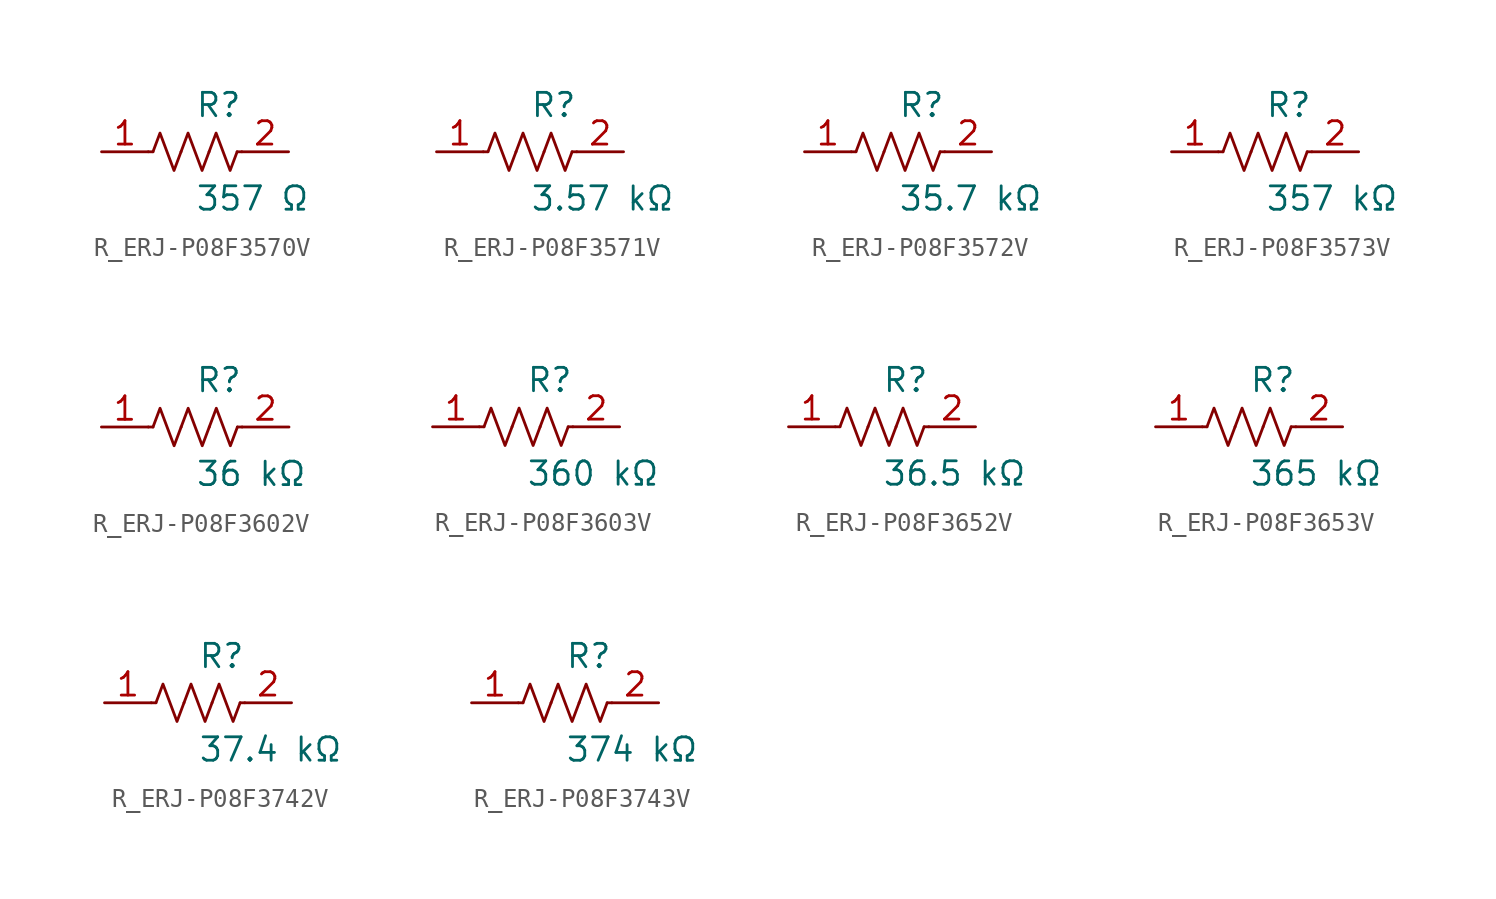
<source format=kicad_sym>
(kicad_symbol_lib
  (version 20231120)
  (generator kicad_symbol_editor)
  (generator_version 8.0)
  (symbol "R_ERJ-P08F3570V"
    (pin_names
      (offset 0.254))
    (property "Reference" "R"
      (at 0.0 2.54 0)
      (effects (font (size 1.27 1.27)) (justify left)))
    (property "Value" "357 Ω"
      (at 0.0 -2.54 0)
      (effects (font (size 1.27 1.27)) (justify left)))
    (symbol "R_ERJ-P08F3570V_0_1"
      (polyline (pts (xy 2.286 0) (xy 2.54 0)) (stroke (width 0) (type default)) (fill (type none)))
      (polyline (pts (xy -2.286 0) (xy -2.54 0)) (stroke (width 0) (type default)) (fill (type none)))
      (polyline (pts (xy 0.762 0) (xy 1.143 1.016) (xy 1.524 0) (xy 1.905 -1.016) (xy 2.286 0)) (stroke (width 0) (type default)) (fill (type none)))
      (polyline (pts (xy -0.762 0) (xy -0.381 1.016) (xy 0 0) (xy 0.381 -1.016) (xy 0.762 0)) (stroke (width 0) (type default)) (fill (type none)))
      (polyline (pts (xy -2.286 0) (xy -1.905 1.016) (xy -1.524 0) (xy -1.143 -1.016) (xy -0.762 0)) (stroke (width 0) (type default)) (fill (type none))))
    (pin unspecified line
      (at -5.08 0 0)
      (length 2.54)
      (name "" (effects (font (size 1.27 1.27))))
      (number "1" (effects (font (size 1.27 1.27)))))
    (pin unspecified line
      (at 5.08 0 180)
      (length 2.54)
      (name "" (effects (font (size 1.27 1.27))))
      (number "2" (effects (font (size 1.27 1.27))))))
  (symbol "R_ERJ-P08F3571V"
    (pin_names
      (offset 0.254))
    (property "Reference" "R"
      (at 0.0 2.54 0)
      (effects (font (size 1.27 1.27)) (justify left)))
    (property "Value" "3.57 kΩ"
      (at 0.0 -2.54 0)
      (effects (font (size 1.27 1.27)) (justify left)))
    (symbol "R_ERJ-P08F3571V_0_1"
      (polyline (pts (xy 2.286 0) (xy 2.54 0)) (stroke (width 0) (type default)) (fill (type none)))
      (polyline (pts (xy -2.286 0) (xy -2.54 0)) (stroke (width 0) (type default)) (fill (type none)))
      (polyline (pts (xy 0.762 0) (xy 1.143 1.016) (xy 1.524 0) (xy 1.905 -1.016) (xy 2.286 0)) (stroke (width 0) (type default)) (fill (type none)))
      (polyline (pts (xy -0.762 0) (xy -0.381 1.016) (xy 0 0) (xy 0.381 -1.016) (xy 0.762 0)) (stroke (width 0) (type default)) (fill (type none)))
      (polyline (pts (xy -2.286 0) (xy -1.905 1.016) (xy -1.524 0) (xy -1.143 -1.016) (xy -0.762 0)) (stroke (width 0) (type default)) (fill (type none))))
    (pin unspecified line
      (at -5.08 0 0)
      (length 2.54)
      (name "" (effects (font (size 1.27 1.27))))
      (number "1" (effects (font (size 1.27 1.27)))))
    (pin unspecified line
      (at 5.08 0 180)
      (length 2.54)
      (name "" (effects (font (size 1.27 1.27))))
      (number "2" (effects (font (size 1.27 1.27))))))
  (symbol "R_ERJ-P08F3572V"
    (pin_names
      (offset 0.254))
    (property "Reference" "R"
      (at 0.0 2.54 0)
      (effects (font (size 1.27 1.27)) (justify left)))
    (property "Value" "35.7 kΩ"
      (at 0.0 -2.54 0)
      (effects (font (size 1.27 1.27)) (justify left)))
    (symbol "R_ERJ-P08F3572V_0_1"
      (polyline (pts (xy 2.286 0) (xy 2.54 0)) (stroke (width 0) (type default)) (fill (type none)))
      (polyline (pts (xy -2.286 0) (xy -2.54 0)) (stroke (width 0) (type default)) (fill (type none)))
      (polyline (pts (xy 0.762 0) (xy 1.143 1.016) (xy 1.524 0) (xy 1.905 -1.016) (xy 2.286 0)) (stroke (width 0) (type default)) (fill (type none)))
      (polyline (pts (xy -0.762 0) (xy -0.381 1.016) (xy 0 0) (xy 0.381 -1.016) (xy 0.762 0)) (stroke (width 0) (type default)) (fill (type none)))
      (polyline (pts (xy -2.286 0) (xy -1.905 1.016) (xy -1.524 0) (xy -1.143 -1.016) (xy -0.762 0)) (stroke (width 0) (type default)) (fill (type none))))
    (pin unspecified line
      (at -5.08 0 0)
      (length 2.54)
      (name "" (effects (font (size 1.27 1.27))))
      (number "1" (effects (font (size 1.27 1.27)))))
    (pin unspecified line
      (at 5.08 0 180)
      (length 2.54)
      (name "" (effects (font (size 1.27 1.27))))
      (number "2" (effects (font (size 1.27 1.27))))))
  (symbol "R_ERJ-P08F3573V"
    (pin_names
      (offset 0.254))
    (property "Reference" "R"
      (at 0.0 2.54 0)
      (effects (font (size 1.27 1.27)) (justify left)))
    (property "Value" "357 kΩ"
      (at 0.0 -2.54 0)
      (effects (font (size 1.27 1.27)) (justify left)))
    (symbol "R_ERJ-P08F3573V_0_1"
      (polyline (pts (xy 2.286 0) (xy 2.54 0)) (stroke (width 0) (type default)) (fill (type none)))
      (polyline (pts (xy -2.286 0) (xy -2.54 0)) (stroke (width 0) (type default)) (fill (type none)))
      (polyline (pts (xy 0.762 0) (xy 1.143 1.016) (xy 1.524 0) (xy 1.905 -1.016) (xy 2.286 0)) (stroke (width 0) (type default)) (fill (type none)))
      (polyline (pts (xy -0.762 0) (xy -0.381 1.016) (xy 0 0) (xy 0.381 -1.016) (xy 0.762 0)) (stroke (width 0) (type default)) (fill (type none)))
      (polyline (pts (xy -2.286 0) (xy -1.905 1.016) (xy -1.524 0) (xy -1.143 -1.016) (xy -0.762 0)) (stroke (width 0) (type default)) (fill (type none))))
    (pin unspecified line
      (at -5.08 0 0)
      (length 2.54)
      (name "" (effects (font (size 1.27 1.27))))
      (number "1" (effects (font (size 1.27 1.27)))))
    (pin unspecified line
      (at 5.08 0 180)
      (length 2.54)
      (name "" (effects (font (size 1.27 1.27))))
      (number "2" (effects (font (size 1.27 1.27))))))
  (symbol "R_ERJ-P08F3602V"
    (pin_names
      (offset 0.254))
    (property "Reference" "R"
      (at 0.0 2.54 0)
      (effects (font (size 1.27 1.27)) (justify left)))
    (property "Value" "36 kΩ"
      (at 0.0 -2.54 0)
      (effects (font (size 1.27 1.27)) (justify left)))
    (symbol "R_ERJ-P08F3602V_0_1"
      (polyline (pts (xy 2.286 0) (xy 2.54 0)) (stroke (width 0) (type default)) (fill (type none)))
      (polyline (pts (xy -2.286 0) (xy -2.54 0)) (stroke (width 0) (type default)) (fill (type none)))
      (polyline (pts (xy 0.762 0) (xy 1.143 1.016) (xy 1.524 0) (xy 1.905 -1.016) (xy 2.286 0)) (stroke (width 0) (type default)) (fill (type none)))
      (polyline (pts (xy -0.762 0) (xy -0.381 1.016) (xy 0 0) (xy 0.381 -1.016) (xy 0.762 0)) (stroke (width 0) (type default)) (fill (type none)))
      (polyline (pts (xy -2.286 0) (xy -1.905 1.016) (xy -1.524 0) (xy -1.143 -1.016) (xy -0.762 0)) (stroke (width 0) (type default)) (fill (type none))))
    (pin unspecified line
      (at -5.08 0 0)
      (length 2.54)
      (name "" (effects (font (size 1.27 1.27))))
      (number "1" (effects (font (size 1.27 1.27)))))
    (pin unspecified line
      (at 5.08 0 180)
      (length 2.54)
      (name "" (effects (font (size 1.27 1.27))))
      (number "2" (effects (font (size 1.27 1.27))))))
  (symbol "R_ERJ-P08F3603V"
    (pin_names
      (offset 0.254))
    (property "Reference" "R"
      (at 0.0 2.54 0)
      (effects (font (size 1.27 1.27)) (justify left)))
    (property "Value" "360 kΩ"
      (at 0.0 -2.54 0)
      (effects (font (size 1.27 1.27)) (justify left)))
    (symbol "R_ERJ-P08F3603V_0_1"
      (polyline (pts (xy 2.286 0) (xy 2.54 0)) (stroke (width 0) (type default)) (fill (type none)))
      (polyline (pts (xy -2.286 0) (xy -2.54 0)) (stroke (width 0) (type default)) (fill (type none)))
      (polyline (pts (xy 0.762 0) (xy 1.143 1.016) (xy 1.524 0) (xy 1.905 -1.016) (xy 2.286 0)) (stroke (width 0) (type default)) (fill (type none)))
      (polyline (pts (xy -0.762 0) (xy -0.381 1.016) (xy 0 0) (xy 0.381 -1.016) (xy 0.762 0)) (stroke (width 0) (type default)) (fill (type none)))
      (polyline (pts (xy -2.286 0) (xy -1.905 1.016) (xy -1.524 0) (xy -1.143 -1.016) (xy -0.762 0)) (stroke (width 0) (type default)) (fill (type none))))
    (pin unspecified line
      (at -5.08 0 0)
      (length 2.54)
      (name "" (effects (font (size 1.27 1.27))))
      (number "1" (effects (font (size 1.27 1.27)))))
    (pin unspecified line
      (at 5.08 0 180)
      (length 2.54)
      (name "" (effects (font (size 1.27 1.27))))
      (number "2" (effects (font (size 1.27 1.27))))))
  (symbol "R_ERJ-P08F3652V"
    (pin_names
      (offset 0.254))
    (property "Reference" "R"
      (at 0.0 2.54 0)
      (effects (font (size 1.27 1.27)) (justify left)))
    (property "Value" "36.5 kΩ"
      (at 0.0 -2.54 0)
      (effects (font (size 1.27 1.27)) (justify left)))
    (symbol "R_ERJ-P08F3652V_0_1"
      (polyline (pts (xy 2.286 0) (xy 2.54 0)) (stroke (width 0) (type default)) (fill (type none)))
      (polyline (pts (xy -2.286 0) (xy -2.54 0)) (stroke (width 0) (type default)) (fill (type none)))
      (polyline (pts (xy 0.762 0) (xy 1.143 1.016) (xy 1.524 0) (xy 1.905 -1.016) (xy 2.286 0)) (stroke (width 0) (type default)) (fill (type none)))
      (polyline (pts (xy -0.762 0) (xy -0.381 1.016) (xy 0 0) (xy 0.381 -1.016) (xy 0.762 0)) (stroke (width 0) (type default)) (fill (type none)))
      (polyline (pts (xy -2.286 0) (xy -1.905 1.016) (xy -1.524 0) (xy -1.143 -1.016) (xy -0.762 0)) (stroke (width 0) (type default)) (fill (type none))))
    (pin unspecified line
      (at -5.08 0 0)
      (length 2.54)
      (name "" (effects (font (size 1.27 1.27))))
      (number "1" (effects (font (size 1.27 1.27)))))
    (pin unspecified line
      (at 5.08 0 180)
      (length 2.54)
      (name "" (effects (font (size 1.27 1.27))))
      (number "2" (effects (font (size 1.27 1.27))))))
  (symbol "R_ERJ-P08F3653V"
    (pin_names
      (offset 0.254))
    (property "Reference" "R"
      (at 0.0 2.54 0)
      (effects (font (size 1.27 1.27)) (justify left)))
    (property "Value" "365 kΩ"
      (at 0.0 -2.54 0)
      (effects (font (size 1.27 1.27)) (justify left)))
    (symbol "R_ERJ-P08F3653V_0_1"
      (polyline (pts (xy 2.286 0) (xy 2.54 0)) (stroke (width 0) (type default)) (fill (type none)))
      (polyline (pts (xy -2.286 0) (xy -2.54 0)) (stroke (width 0) (type default)) (fill (type none)))
      (polyline (pts (xy 0.762 0) (xy 1.143 1.016) (xy 1.524 0) (xy 1.905 -1.016) (xy 2.286 0)) (stroke (width 0) (type default)) (fill (type none)))
      (polyline (pts (xy -0.762 0) (xy -0.381 1.016) (xy 0 0) (xy 0.381 -1.016) (xy 0.762 0)) (stroke (width 0) (type default)) (fill (type none)))
      (polyline (pts (xy -2.286 0) (xy -1.905 1.016) (xy -1.524 0) (xy -1.143 -1.016) (xy -0.762 0)) (stroke (width 0) (type default)) (fill (type none))))
    (pin unspecified line
      (at -5.08 0 0)
      (length 2.54)
      (name "" (effects (font (size 1.27 1.27))))
      (number "1" (effects (font (size 1.27 1.27)))))
    (pin unspecified line
      (at 5.08 0 180)
      (length 2.54)
      (name "" (effects (font (size 1.27 1.27))))
      (number "2" (effects (font (size 1.27 1.27))))))
  (symbol "R_ERJ-P08F3742V"
    (pin_names
      (offset 0.254))
    (property "Reference" "R"
      (at 0.0 2.54 0)
      (effects (font (size 1.27 1.27)) (justify left)))
    (property "Value" "37.4 kΩ"
      (at 0.0 -2.54 0)
      (effects (font (size 1.27 1.27)) (justify left)))
    (symbol "R_ERJ-P08F3742V_0_1"
      (polyline (pts (xy 2.286 0) (xy 2.54 0)) (stroke (width 0) (type default)) (fill (type none)))
      (polyline (pts (xy -2.286 0) (xy -2.54 0)) (stroke (width 0) (type default)) (fill (type none)))
      (polyline (pts (xy 0.762 0) (xy 1.143 1.016) (xy 1.524 0) (xy 1.905 -1.016) (xy 2.286 0)) (stroke (width 0) (type default)) (fill (type none)))
      (polyline (pts (xy -0.762 0) (xy -0.381 1.016) (xy 0 0) (xy 0.381 -1.016) (xy 0.762 0)) (stroke (width 0) (type default)) (fill (type none)))
      (polyline (pts (xy -2.286 0) (xy -1.905 1.016) (xy -1.524 0) (xy -1.143 -1.016) (xy -0.762 0)) (stroke (width 0) (type default)) (fill (type none))))
    (pin unspecified line
      (at -5.08 0 0)
      (length 2.54)
      (name "" (effects (font (size 1.27 1.27))))
      (number "1" (effects (font (size 1.27 1.27)))))
    (pin unspecified line
      (at 5.08 0 180)
      (length 2.54)
      (name "" (effects (font (size 1.27 1.27))))
      (number "2" (effects (font (size 1.27 1.27))))))
  (symbol "R_ERJ-P08F3743V"
    (pin_names
      (offset 0.254))
    (property "Reference" "R"
      (at 0.0 2.54 0)
      (effects (font (size 1.27 1.27)) (justify left)))
    (property "Value" "374 kΩ"
      (at 0.0 -2.54 0)
      (effects (font (size 1.27 1.27)) (justify left)))
    (symbol "R_ERJ-P08F3743V_0_1"
      (polyline (pts (xy 2.286 0) (xy 2.54 0)) (stroke (width 0) (type default)) (fill (type none)))
      (polyline (pts (xy -2.286 0) (xy -2.54 0)) (stroke (width 0) (type default)) (fill (type none)))
      (polyline (pts (xy 0.762 0) (xy 1.143 1.016) (xy 1.524 0) (xy 1.905 -1.016) (xy 2.286 0)) (stroke (width 0) (type default)) (fill (type none)))
      (polyline (pts (xy -0.762 0) (xy -0.381 1.016) (xy 0 0) (xy 0.381 -1.016) (xy 0.762 0)) (stroke (width 0) (type default)) (fill (type none)))
      (polyline (pts (xy -2.286 0) (xy -1.905 1.016) (xy -1.524 0) (xy -1.143 -1.016) (xy -0.762 0)) (stroke (width 0) (type default)) (fill (type none))))
    (pin unspecified line
      (at -5.08 0 0)
      (length 2.54)
      (name "" (effects (font (size 1.27 1.27))))
      (number "1" (effects (font (size 1.27 1.27)))))
    (pin unspecified line
      (at 5.08 0 180)
      (length 2.54)
      (name "" (effects (font (size 1.27 1.27))))
      (number "2" (effects (font (size 1.27 1.27)))))))
</source>
